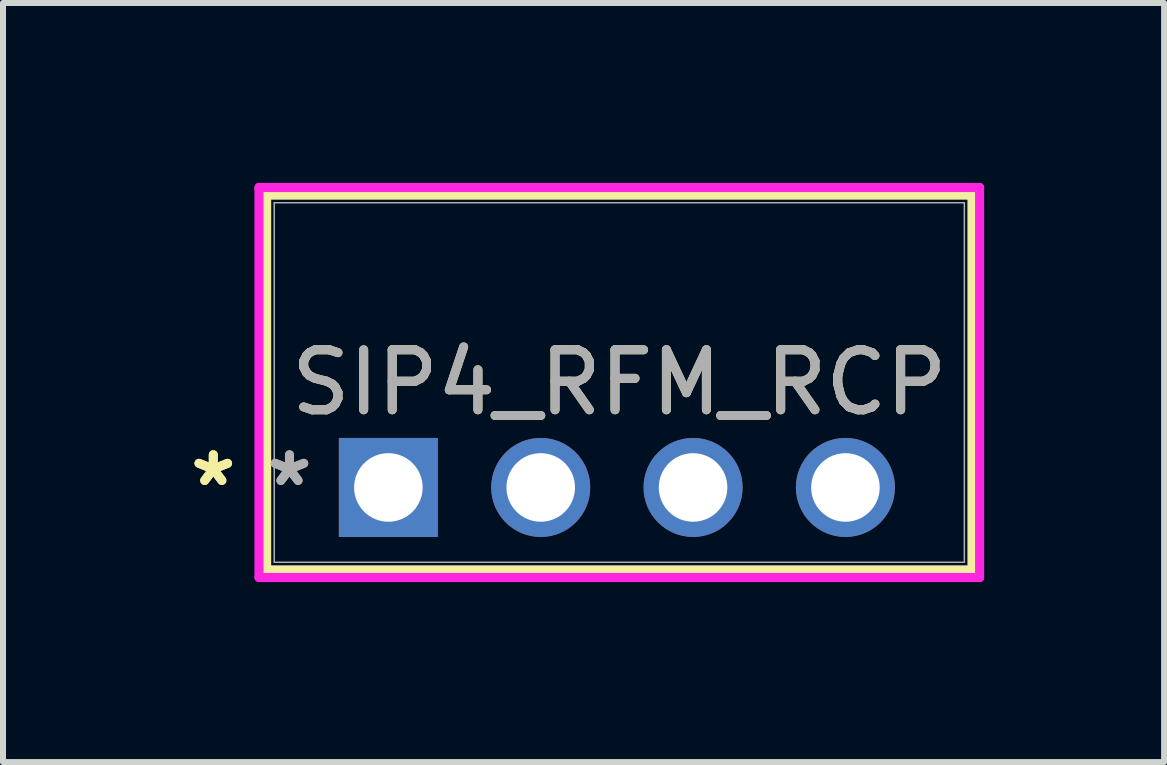
<source format=kicad_pcb>
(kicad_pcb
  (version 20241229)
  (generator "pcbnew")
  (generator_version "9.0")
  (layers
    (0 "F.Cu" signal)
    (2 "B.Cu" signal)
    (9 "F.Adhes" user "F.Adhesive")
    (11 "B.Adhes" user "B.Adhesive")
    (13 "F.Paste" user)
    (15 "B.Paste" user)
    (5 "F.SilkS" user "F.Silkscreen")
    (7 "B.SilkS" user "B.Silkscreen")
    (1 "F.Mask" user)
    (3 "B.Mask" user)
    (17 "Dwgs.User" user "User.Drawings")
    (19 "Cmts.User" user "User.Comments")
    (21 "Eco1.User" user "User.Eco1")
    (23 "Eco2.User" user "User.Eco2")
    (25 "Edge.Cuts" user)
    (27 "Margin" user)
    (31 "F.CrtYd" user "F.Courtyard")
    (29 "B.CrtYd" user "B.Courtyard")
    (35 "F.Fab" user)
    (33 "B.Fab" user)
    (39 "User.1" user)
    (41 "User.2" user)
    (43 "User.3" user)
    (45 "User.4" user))
  (footprint "SIP4_RFM_RCP"
    (layer "F.Cu")
    (at 3.425 5.077)
    (property "Reference" "SIP4_RFM_RCP" (at 3.85 -1.75 0) (unlocked yes) (layer "F.SilkS") (effects (font (size 1 1) (thickness 0.15))))
    (attr through_hole)
    (fp_line (start -2.03 -4.874) (end -2.03 1.374) (stroke (width 0.152) (type solid)) (layer "F.SilkS"))
    (fp_line (start -2.03 1.374) (end 9.73 1.374) (stroke (width 0.152) (type solid)) (layer "F.SilkS"))
    (fp_line (start 9.73 -4.874) (end -2.03 -4.874) (stroke (width 0.152) (type solid)) (layer "F.SilkS"))
    (fp_line (start 9.73 1.374) (end 9.73 -4.874) (stroke (width 0.152) (type solid)) (layer "F.SilkS"))
    (fp_line (start -2.157 -5.001) (end 9.857 -5.001) (stroke (width 0.152) (type solid)) (layer "F.CrtYd"))
    (fp_line (start -2.157 1.501) (end -2.157 -5.001) (stroke (width 0.152) (type solid)) (layer "F.CrtYd"))
    (fp_line (start 9.857 -5.001) (end 9.857 1.501) (stroke (width 0.152) (type solid)) (layer "F.CrtYd"))
    (fp_line (start 9.857 1.501) (end -2.157 1.501) (stroke (width 0.152) (type solid)) (layer "F.CrtYd"))
    (fp_line (start -1.903 -4.747) (end -1.903 1.247) (stroke (width 0.025) (type solid)) (layer "F.Fab"))
    (fp_line (start -1.903 1.247) (end 9.603 1.247) (stroke (width 0.025) (type solid)) (layer "F.Fab"))
    (fp_line (start 9.603 -4.747) (end -1.903 -4.747) (stroke (width 0.025) (type solid)) (layer "F.Fab"))
    (fp_line (start 9.603 1.247) (end 9.603 -4.747) (stroke (width 0.025) (type solid)) (layer "F.Fab"))
    (fp_text user "*" (at -2.919 0 0) (layer "F.SilkS") (effects (font (size 1 1) (thickness 0.15))))
    (fp_text user "*" (at -2.919 0 0) (unlocked yes) (layer "F.SilkS") (effects (font (size 1 1) (thickness 0.15))))
    (fp_text user "${REFERENCE}" (at 3.85 -1.75 0) (unlocked yes) (layer "F.Fab") (effects (font (size 1 1) (thickness 0.15))))
    (fp_text user "*" (at -1.649 0 0) (unlocked yes) (layer "F.Fab") (effects (font (size 1 1) (thickness 0.15))))
    (fp_text user "*" (at -1.649 0 0) (layer "F.Fab") (effects (font (size 1 1) (thickness 0.15))))
    (pad "1" thru_hole rect (at 0 0) (size 1.651 1.651) (drill 1.143) (layers "*.Cu" "*.Mask"))
    (pad "2" thru_hole circle (at 2.54 0) (size 1.651 1.651) (drill 1.143) (layers "*.Cu" "*.Mask"))
    (pad "3" thru_hole circle (at 5.08 0) (size 1.651 1.651) (drill 1.143) (layers "*.Cu" "*.Mask"))
    (pad "4" thru_hole circle (at 7.62 0) (size 1.651 1.651) (drill 1.143) (layers "*.Cu" "*.Mask")))
  (gr_rect
    (start -3 -3)
    (end 16.358 9.655)
    (stroke (width 0.1) (type default))
    (fill no)
    (layer "Edge.Cuts")))
</source>
